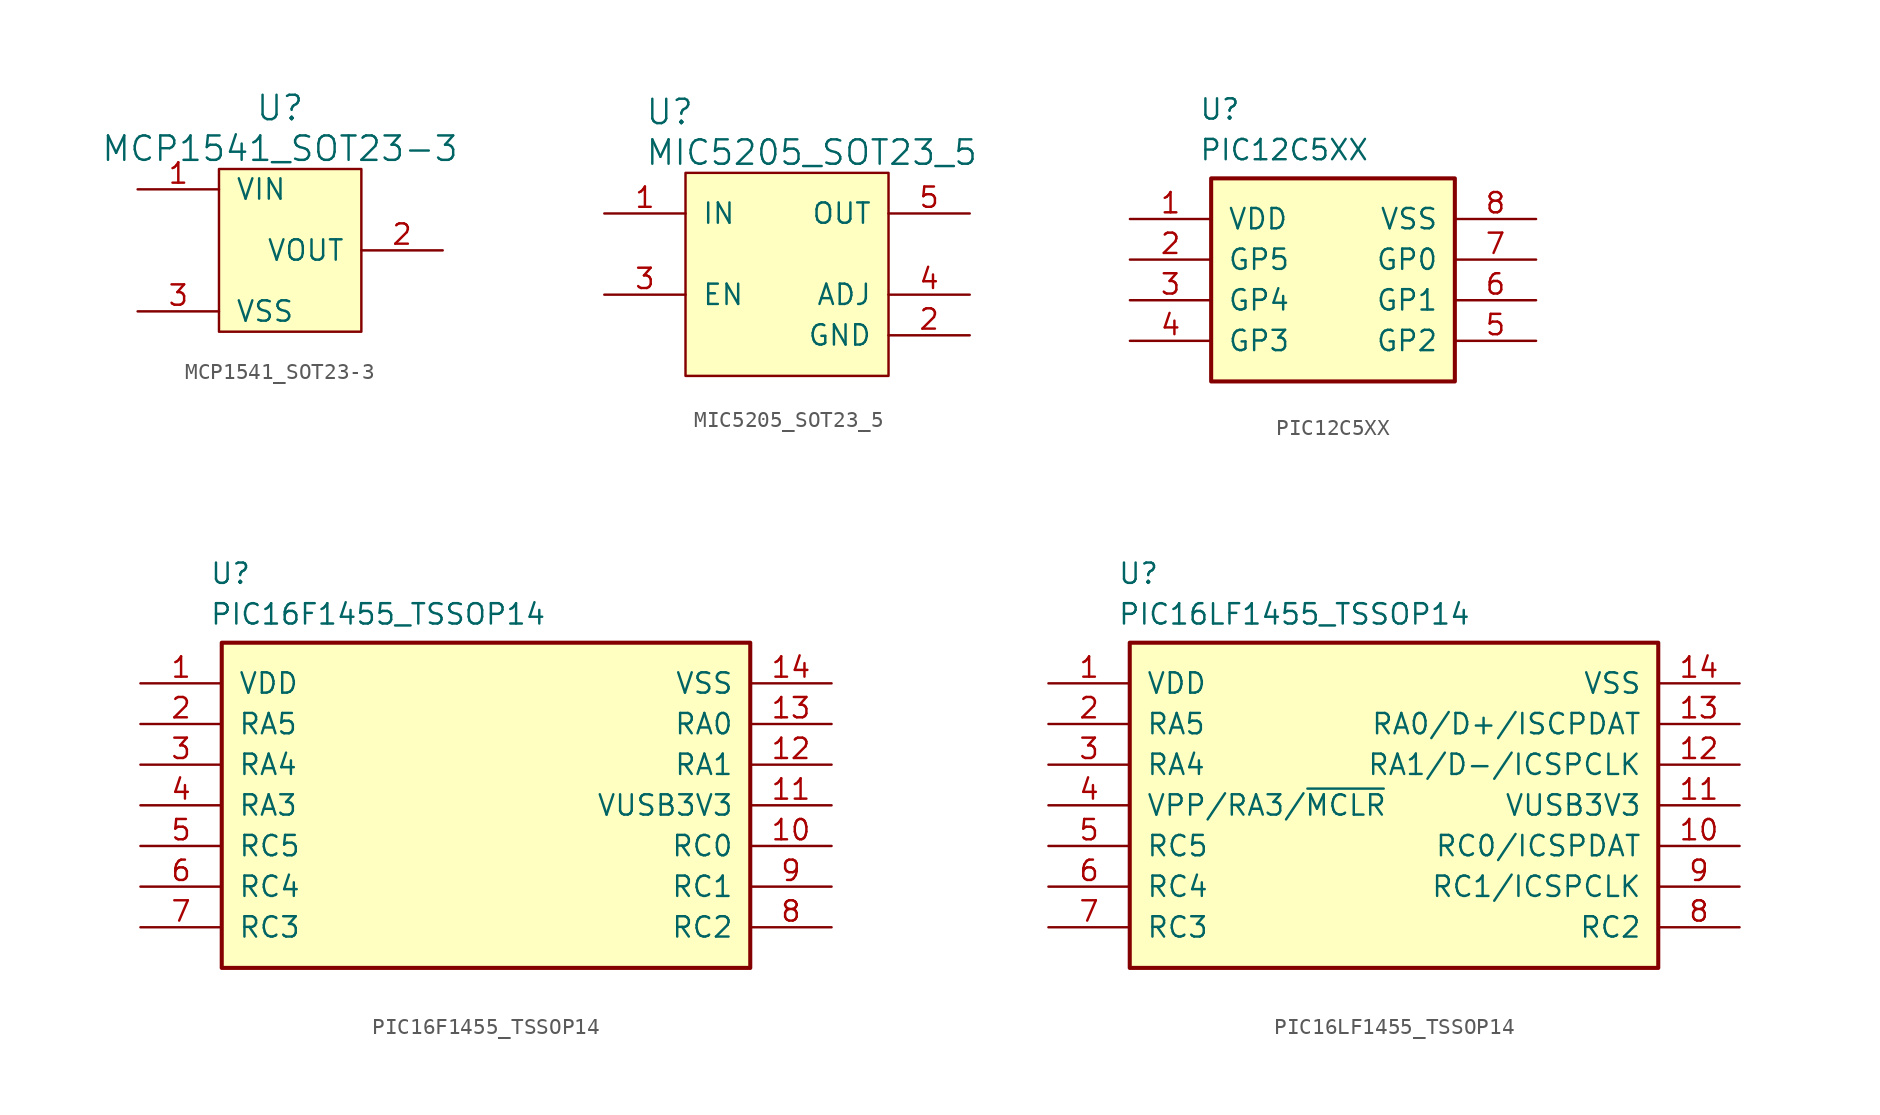
<source format=kicad_sym>
(kicad_symbol_lib
  (version 20211014)
  (generator kicad_symbol_editor)
  (symbol "MCP1541_SOT23-3"
    (pin_names
      (offset 1.016))
    (property "Reference" "U"
      (at 1.27 8.89 0)
      (effects (font (size 1.524 1.524))))
    (property "Value" "MCP1541_SOT23-3"
      (at 1.27 6.35 0)
      (effects (font (size 1.524 1.524))))
    (symbol "MCP1541_SOT23-3_0_1"
      (rectangle (start -2.54 5.08) (end 6.35 -5.08) (stroke (width 0) (type default)) (fill (type background))))
    (symbol "MCP1541_SOT23-3_1_1"
      (pin power_in line (at -7.62 3.81 0) (length 5.08) (name "VIN" (effects (font (size 1.27 1.27)))) (number "1" (effects (font (size 1.27 1.27)))))
      (pin output line (at 11.43 0 180) (length 5.08) (name "VOUT" (effects (font (size 1.27 1.27)))) (number "2" (effects (font (size 1.27 1.27)))))
      (pin power_in line (at -7.62 -3.81 0) (length 5.08) (name "VSS" (effects (font (size 1.27 1.27)))) (number "3" (effects (font (size 1.27 1.27)))))))
  (symbol "MIC5205_SOT23_5"
    (pin_names
      (offset 1.016))
    (property "Reference" "U"
      (at -8.89 3.81 0)
      (effects (font (size 1.524 1.524)) (justify left)))
    (property "Value" "MIC5205_SOT23_5"
      (at -8.89 1.27 0)
      (effects (font (size 1.524 1.524)) (justify left)))
    (symbol "MIC5205_SOT23_5_0_1"
      (rectangle (start -6.35 0) (end 6.35 -12.7) (stroke (width 0) (type default)) (fill (type background))))
    (symbol "MIC5205_SOT23_5_1_1"
      (pin power_in line (at -11.43 -2.54 0) (length 5.08) (name "IN" (effects (font (size 1.27 1.27)))) (number "1" (effects (font (size 1.27 1.27)))))
      (pin power_in line (at 11.43 -10.16 180) (length 5.08) (name "GND" (effects (font (size 1.27 1.27)))) (number "2" (effects (font (size 1.27 1.27)))))
      (pin input line (at -11.43 -7.62 0) (length 5.08) (name "EN" (effects (font (size 1.27 1.27)))) (number "3" (effects (font (size 1.27 1.27)))))
      (pin input line (at 11.43 -7.62 180) (length 5.08) (name "ADJ" (effects (font (size 1.27 1.27)))) (number "4" (effects (font (size 1.27 1.27)))) (alternate "BYP" input line))
      (pin power_out line (at 11.43 -2.54 180) (length 5.08) (name "OUT" (effects (font (size 1.27 1.27)))) (number "5" (effects (font (size 1.27 1.27)))))))
  (symbol "PIC12C5XX"
    (pin_names
      (offset 1.016))
    (property "Reference" "U"
      (at -8.382 10.668 0)
      (effects (font (size 1.27 1.27)) (justify left)))
    (property "Value" "PIC12C5XX"
      (at -8.382 8.128 0)
      (effects (font (size 1.27 1.27)) (justify left)))
    (symbol "PIC12C5XX_0_1"
      (rectangle (start -7.62 6.35) (end 7.62 -6.35) (stroke (width 0.254) (type default)) (fill (type background))))
    (symbol "PIC12C5XX_1_1"
      (pin power_in line (at -12.7 3.81 0) (length 5.08) (name "VDD" (effects (font (size 1.27 1.27)))) (number "1" (effects (font (size 1.27 1.27)))))
      (pin bidirectional line (at -12.7 1.27 0) (length 5.08) (name "GP5" (effects (font (size 1.27 1.27)))) (number "2" (effects (font (size 1.27 1.27)))))
      (pin bidirectional line (at -12.7 -1.27 0) (length 5.08) (name "GP4" (effects (font (size 1.27 1.27)))) (number "3" (effects (font (size 1.27 1.27)))))
      (pin input line (at -12.7 -3.81 0) (length 5.08) (name "GP3" (effects (font (size 1.27 1.27)))) (number "4" (effects (font (size 1.27 1.27)))))
      (pin bidirectional line (at 12.7 -3.81 180) (length 5.08) (name "GP2" (effects (font (size 1.27 1.27)))) (number "5" (effects (font (size 1.27 1.27)))))
      (pin bidirectional line (at 12.7 -1.27 180) (length 5.08) (name "GP1" (effects (font (size 1.27 1.27)))) (number "6" (effects (font (size 1.27 1.27)))))
      (pin bidirectional line (at 12.7 1.27 180) (length 5.08) (name "GP0" (effects (font (size 1.27 1.27)))) (number "7" (effects (font (size 1.27 1.27)))))
      (pin power_in line (at 12.7 3.81 180) (length 5.08) (name "VSS" (effects (font (size 1.27 1.27)))) (number "8" (effects (font (size 1.27 1.27)))))))
  (symbol "PIC16F1455_TSSOP14"
    (pin_names
      (offset 1.016))
    (property "Reference" "U"
      (at -17.272 14.478 0)
      (effects (font (size 1.27 1.27)) (justify left)))
    (property "Value" "PIC16F1455_TSSOP14"
      (at -17.272 11.938 0)
      (effects (font (size 1.27 1.27)) (justify left)))
    (symbol "PIC16F1455_TSSOP14_0_1"
      (rectangle (start -16.51 10.16) (end 16.51 -10.16) (stroke (width 0.254) (type default)) (fill (type background))))
    (symbol "PIC16F1455_TSSOP14_1_1"
      (pin power_in line (at -21.59 7.62 0) (length 5.08) (name "VDD" (effects (font (size 1.27 1.27)))) (number "1" (effects (font (size 1.27 1.27)))))
      (pin bidirectional line (at 21.59 -2.54 180) (length 5.08) (name "RC0" (effects (font (size 1.27 1.27)))) (number "10" (effects (font (size 1.27 1.27)))) (alternate "AN4" input line) (alternate "C1IN+" input line) (alternate "C2IN+" input line) (alternate "ICSPDAT" bidirectional line) (alternate "SCK" output line) (alternate "SCL" output line) (alternate "VREF+" power_in line))
      (pin power_in line (at 21.59 0 180) (length 5.08) (name "VUSB3V3" (effects (font (size 1.27 1.27)))) (number "11" (effects (font (size 1.27 1.27)))))
      (pin bidirectional line (at 21.59 2.54 180) (length 5.08) (name "RA1" (effects (font (size 1.27 1.27)))) (number "12" (effects (font (size 1.27 1.27)))) (alternate "D-" bidirectional line) (alternate "ICSPCLK" input line) (alternate "IOC" input line))
      (pin bidirectional line (at 21.59 5.08 180) (length 5.08) (name "RA0" (effects (font (size 1.27 1.27)))) (number "13" (effects (font (size 1.27 1.27)))) (alternate "D+" bidirectional line) (alternate "ICSPDAT" bidirectional line) (alternate "IOC" input line))
      (pin power_in line (at 21.59 7.62 180) (length 5.08) (name "VSS" (effects (font (size 1.27 1.27)))) (number "14" (effects (font (size 1.27 1.27)))))
      (pin bidirectional line (at -21.59 5.08 0) (length 5.08) (name "RA5" (effects (font (size 1.27 1.27)))) (number "2" (effects (font (size 1.27 1.27)))) (alternate "CLKIN" passive line) (alternate "IOC" input line) (alternate "OSC1" passive line) (alternate "PWM2" output line) (alternate "SOSCI" bidirectional line) (alternate "T1CKI" input line))
      (pin bidirectional line (at -21.59 2.54 0) (length 5.08) (name "RA4" (effects (font (size 1.27 1.27)))) (number "3" (effects (font (size 1.27 1.27)))) (alternate "AN3" passive line) (alternate "CLKOUT" output line) (alternate "CLKR" output line) (alternate "IOC" input line) (alternate "OSC2" passive line) (alternate "SDO" output line) (alternate "SOSCO" bidirectional line) (alternate "T1G" bidirectional line))
      (pin bidirectional line (at -21.59 0 0) (length 5.08) (name "RA3" (effects (font (size 1.27 1.27)))) (number "4" (effects (font (size 1.27 1.27)))) (alternate "IOC" input line) (alternate "T1G" bidirectional line) (alternate "VPP" power_in line) (alternate "~{MCLR}" input line) (alternate "~{SS}" input line))
      (pin bidirectional line (at -21.59 -2.54 0) (length 5.08) (name "RC5" (effects (font (size 1.27 1.27)))) (number "5" (effects (font (size 1.27 1.27)))) (alternate "CWG1A" bidirectional line) (alternate "DT" input line) (alternate "PWM1" output line) (alternate "RX" input line) (alternate "T0CKI" input line))
      (pin bidirectional line (at -21.59 -5.08 0) (length 5.08) (name "RC4" (effects (font (size 1.27 1.27)))) (number "6" (effects (font (size 1.27 1.27)))) (alternate "C1OUT" output line) (alternate "C2OUT" output line) (alternate "CK" input line) (alternate "CWG1B" bidirectional line) (alternate "TX" output line))
      (pin bidirectional line (at -21.59 -7.62 0) (length 5.08) (name "RC3" (effects (font (size 1.27 1.27)))) (number "7" (effects (font (size 1.27 1.27)))) (alternate "AN7" input line) (alternate "C1IN3-" input line) (alternate "C2IN3-" input line) (alternate "CLKR" output line) (alternate "DACOUT2" output line) (alternate "PWM2" output line) (alternate "~{SS}" input line))
      (pin bidirectional line (at 21.59 -7.62 180) (length 5.08) (name "RC2" (effects (font (size 1.27 1.27)))) (number "8" (effects (font (size 1.27 1.27)))) (alternate "AN6" input line) (alternate "C1IN2-" input line) (alternate "C2IN2-" input line) (alternate "DACOUT1" output line) (alternate "SDO" output line))
      (pin bidirectional line (at 21.59 -5.08 180) (length 5.08) (name "RC1" (effects (font (size 1.27 1.27)))) (number "9" (effects (font (size 1.27 1.27)))) (alternate "AN5" input line) (alternate "C1IN1-" input line) (alternate "C2IN1-" input line) (alternate "INT" input line) (alternate "ISCPCLK" input line) (alternate "SDA" bidirectional line) (alternate "SDI" input line) (alternate "~{CWGFLT}" bidirectional line))))
  (symbol "PIC16LF1455_TSSOP14"
    (pin_names
      (offset 1.016))
    (property "Reference" "U"
      (at -17.272 14.478 0)
      (effects (font (size 1.27 1.27)) (justify left)))
    (property "Value" "PIC16LF1455_TSSOP14"
      (at -17.272 11.938 0)
      (effects (font (size 1.27 1.27)) (justify left)))
    (symbol "PIC16LF1455_TSSOP14_0_1"
      (rectangle (start -16.51 10.16) (end 16.51 -10.16) (stroke (width 0.254) (type default)) (fill (type background))))
    (symbol "PIC16LF1455_TSSOP14_1_1"
      (pin power_in line (at -21.59 7.62 0) (length 5.08) (name "VDD" (effects (font (size 1.27 1.27)))) (number "1" (effects (font (size 1.27 1.27)))))
      (pin bidirectional line (at 21.59 -2.54 180) (length 5.08) (name "RC0/ICSPDAT" (effects (font (size 1.27 1.27)))) (number "10" (effects (font (size 1.27 1.27)))))
      (pin power_in line (at 21.59 0 180) (length 5.08) (name "VUSB3V3" (effects (font (size 1.27 1.27)))) (number "11" (effects (font (size 1.27 1.27)))))
      (pin bidirectional line (at 21.59 2.54 180) (length 5.08) (name "RA1/D-/ICSPCLK" (effects (font (size 1.27 1.27)))) (number "12" (effects (font (size 1.27 1.27)))))
      (pin bidirectional line (at 21.59 5.08 180) (length 5.08) (name "RA0/D+/ISCPDAT" (effects (font (size 1.27 1.27)))) (number "13" (effects (font (size 1.27 1.27)))))
      (pin power_in line (at 21.59 7.62 180) (length 5.08) (name "VSS" (effects (font (size 1.27 1.27)))) (number "14" (effects (font (size 1.27 1.27)))))
      (pin bidirectional line (at -21.59 5.08 0) (length 5.08) (name "RA5" (effects (font (size 1.27 1.27)))) (number "2" (effects (font (size 1.27 1.27)))))
      (pin bidirectional line (at -21.59 2.54 0) (length 5.08) (name "RA4" (effects (font (size 1.27 1.27)))) (number "3" (effects (font (size 1.27 1.27)))))
      (pin bidirectional line (at -21.59 0 0) (length 5.08) (name "VPP/RA3/~{MCLR}" (effects (font (size 1.27 1.27)))) (number "4" (effects (font (size 1.27 1.27)))))
      (pin bidirectional line (at -21.59 -2.54 0) (length 5.08) (name "RC5" (effects (font (size 1.27 1.27)))) (number "5" (effects (font (size 1.27 1.27)))))
      (pin bidirectional line (at -21.59 -5.08 0) (length 5.08) (name "RC4" (effects (font (size 1.27 1.27)))) (number "6" (effects (font (size 1.27 1.27)))))
      (pin bidirectional line (at -21.59 -7.62 0) (length 5.08) (name "RC3" (effects (font (size 1.27 1.27)))) (number "7" (effects (font (size 1.27 1.27)))))
      (pin bidirectional line (at 21.59 -7.62 180) (length 5.08) (name "RC2" (effects (font (size 1.27 1.27)))) (number "8" (effects (font (size 1.27 1.27)))))
      (pin bidirectional line (at 21.59 -5.08 180) (length 5.08) (name "RC1/ICSPCLK" (effects (font (size 1.27 1.27)))) (number "9" (effects (font (size 1.27 1.27))))))))
</source>
